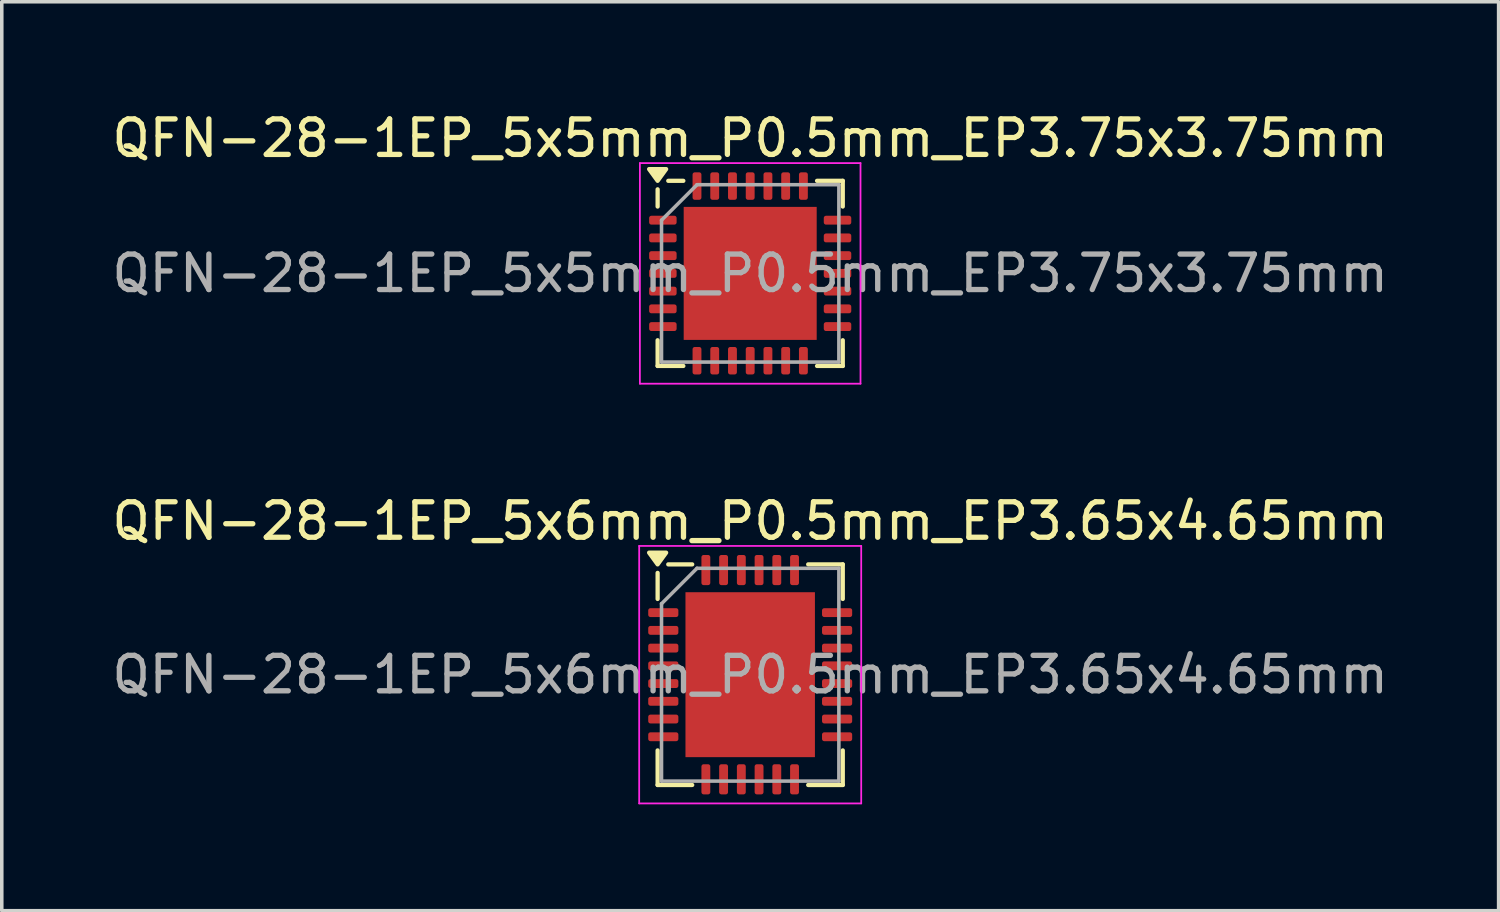
<source format=kicad_pcb>
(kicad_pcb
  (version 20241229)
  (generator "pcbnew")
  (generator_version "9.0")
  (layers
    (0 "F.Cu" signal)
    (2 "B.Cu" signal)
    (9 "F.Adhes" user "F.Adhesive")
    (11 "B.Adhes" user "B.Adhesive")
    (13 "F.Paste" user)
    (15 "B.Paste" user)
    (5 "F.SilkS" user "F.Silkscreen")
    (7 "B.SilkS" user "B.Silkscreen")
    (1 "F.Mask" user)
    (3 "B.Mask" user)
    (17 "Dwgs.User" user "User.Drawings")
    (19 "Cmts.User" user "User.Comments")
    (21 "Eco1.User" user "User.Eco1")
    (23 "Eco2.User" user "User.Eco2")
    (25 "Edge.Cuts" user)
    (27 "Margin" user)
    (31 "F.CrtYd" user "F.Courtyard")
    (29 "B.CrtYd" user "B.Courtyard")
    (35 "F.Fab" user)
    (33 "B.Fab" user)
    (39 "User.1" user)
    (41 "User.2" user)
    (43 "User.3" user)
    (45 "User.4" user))
  (footprint "QFN-28-1EP_5x5mm_P0.5mm_EP3.75x3.75mm"
    (layer "F.Cu")
    (at 18.101 4.658)
    (property "Reference" "QFN-28-1EP_5x5mm_P0.5mm_EP3.75x3.75mm" (at 0 -3.81 0) (layer "F.SilkS") (effects (font (size 1 1) (thickness 0.15))))
    (attr smd)
    (fp_line (start -2.61 -1.885) (end -2.61 -2.37) (stroke (width 0.12) (type solid)) (layer "F.SilkS"))
    (fp_line (start -2.61 2.61) (end -2.61 1.885) (stroke (width 0.12) (type solid)) (layer "F.SilkS"))
    (fp_line (start -1.885 -2.61) (end -2.31 -2.61) (stroke (width 0.12) (type solid)) (layer "F.SilkS"))
    (fp_line (start -1.885 2.61) (end -2.61 2.61) (stroke (width 0.12) (type solid)) (layer "F.SilkS"))
    (fp_line (start 1.885 -2.61) (end 2.61 -2.61) (stroke (width 0.12) (type solid)) (layer "F.SilkS"))
    (fp_line (start 1.885 2.61) (end 2.61 2.61) (stroke (width 0.12) (type solid)) (layer "F.SilkS"))
    (fp_line (start 2.61 -2.61) (end 2.61 -1.885) (stroke (width 0.12) (type solid)) (layer "F.SilkS"))
    (fp_line (start 2.61 2.61) (end 2.61 1.885) (stroke (width 0.12) (type solid)) (layer "F.SilkS"))
    (fp_poly (pts (xy -2.61 -2.61) (xy -2.85 -2.94) (xy -2.37 -2.94) (xy -2.61 -2.61)) (stroke (width 0.12) (type solid)) (fill yes) (layer "F.SilkS"))
    (fp_line (start -3.11 -3.11) (end -3.11 3.11) (stroke (width 0.05) (type solid)) (layer "F.CrtYd"))
    (fp_line (start -3.11 3.11) (end 3.11 3.11) (stroke (width 0.05) (type solid)) (layer "F.CrtYd"))
    (fp_line (start 3.11 -3.11) (end -3.11 -3.11) (stroke (width 0.05) (type solid)) (layer "F.CrtYd"))
    (fp_line (start 3.11 3.11) (end 3.11 -3.11) (stroke (width 0.05) (type solid)) (layer "F.CrtYd"))
    (fp_line (start -2.5 -1.5) (end -1.5 -2.5) (stroke (width 0.1) (type solid)) (layer "F.Fab"))
    (fp_line (start -2.5 2.5) (end -2.5 -1.5) (stroke (width 0.1) (type solid)) (layer "F.Fab"))
    (fp_line (start -1.5 -2.5) (end 2.5 -2.5) (stroke (width 0.1) (type solid)) (layer "F.Fab"))
    (fp_line (start 2.5 -2.5) (end 2.5 2.5) (stroke (width 0.1) (type solid)) (layer "F.Fab"))
    (fp_line (start 2.5 2.5) (end -2.5 2.5) (stroke (width 0.1) (type solid)) (layer "F.Fab"))
    (fp_text user "${REFERENCE}" (at 0 0 0) (layer "F.Fab") (effects (font (size 1 1) (thickness 0.15))))
    (pad "" smd roundrect (at -1.25 -1.25) (size 1.01 1.01) (layers "F.Paste") (roundrect_rratio 0.248))
    (pad "" smd roundrect (at -1.25 0) (size 1.01 1.01) (layers "F.Paste") (roundrect_rratio 0.248))
    (pad "" smd roundrect (at -1.25 1.25) (size 1.01 1.01) (layers "F.Paste") (roundrect_rratio 0.248))
    (pad "" smd roundrect (at 0 -1.25) (size 1.01 1.01) (layers "F.Paste") (roundrect_rratio 0.248))
    (pad "" smd roundrect (at 0 0) (size 1.01 1.01) (layers "F.Paste") (roundrect_rratio 0.248))
    (pad "" smd roundrect (at 0 1.25) (size 1.01 1.01) (layers "F.Paste") (roundrect_rratio 0.248))
    (pad "" smd roundrect (at 1.25 -1.25) (size 1.01 1.01) (layers "F.Paste") (roundrect_rratio 0.248))
    (pad "" smd roundrect (at 1.25 0) (size 1.01 1.01) (layers "F.Paste") (roundrect_rratio 0.248))
    (pad "" smd roundrect (at 1.25 1.25) (size 1.01 1.01) (layers "F.Paste") (roundrect_rratio 0.248))
    (pad "1" smd roundrect (at -2.462 -1.5) (size 0.775 0.25) (layers "F.Cu" "F.Mask" "F.Paste") (roundrect_rratio 0.25))
    (pad "2" smd roundrect (at -2.462 -1) (size 0.775 0.25) (layers "F.Cu" "F.Mask" "F.Paste") (roundrect_rratio 0.25))
    (pad "3" smd roundrect (at -2.462 -0.5) (size 0.775 0.25) (layers "F.Cu" "F.Mask" "F.Paste") (roundrect_rratio 0.25))
    (pad "4" smd roundrect (at -2.462 0) (size 0.775 0.25) (layers "F.Cu" "F.Mask" "F.Paste") (roundrect_rratio 0.25))
    (pad "5" smd roundrect (at -2.462 0.5) (size 0.775 0.25) (layers "F.Cu" "F.Mask" "F.Paste") (roundrect_rratio 0.25))
    (pad "6" smd roundrect (at -2.462 1) (size 0.775 0.25) (layers "F.Cu" "F.Mask" "F.Paste") (roundrect_rratio 0.25))
    (pad "7" smd roundrect (at -2.462 1.5) (size 0.775 0.25) (layers "F.Cu" "F.Mask" "F.Paste") (roundrect_rratio 0.25))
    (pad "8" smd roundrect (at -1.5 2.462) (size 0.25 0.775) (layers "F.Cu" "F.Mask" "F.Paste") (roundrect_rratio 0.25))
    (pad "9" smd roundrect (at -1 2.462) (size 0.25 0.775) (layers "F.Cu" "F.Mask" "F.Paste") (roundrect_rratio 0.25))
    (pad "10" smd roundrect (at -0.5 2.462) (size 0.25 0.775) (layers "F.Cu" "F.Mask" "F.Paste") (roundrect_rratio 0.25))
    (pad "11" smd roundrect (at 0 2.462) (size 0.25 0.775) (layers "F.Cu" "F.Mask" "F.Paste") (roundrect_rratio 0.25))
    (pad "12" smd roundrect (at 0.5 2.462) (size 0.25 0.775) (layers "F.Cu" "F.Mask" "F.Paste") (roundrect_rratio 0.25))
    (pad "13" smd roundrect (at 1 2.462) (size 0.25 0.775) (layers "F.Cu" "F.Mask" "F.Paste") (roundrect_rratio 0.25))
    (pad "14" smd roundrect (at 1.5 2.462) (size 0.25 0.775) (layers "F.Cu" "F.Mask" "F.Paste") (roundrect_rratio 0.25))
    (pad "15" smd roundrect (at 2.462 1.5) (size 0.775 0.25) (layers "F.Cu" "F.Mask" "F.Paste") (roundrect_rratio 0.25))
    (pad "16" smd roundrect (at 2.462 1) (size 0.775 0.25) (layers "F.Cu" "F.Mask" "F.Paste") (roundrect_rratio 0.25))
    (pad "17" smd roundrect (at 2.462 0.5) (size 0.775 0.25) (layers "F.Cu" "F.Mask" "F.Paste") (roundrect_rratio 0.25))
    (pad "18" smd roundrect (at 2.462 0) (size 0.775 0.25) (layers "F.Cu" "F.Mask" "F.Paste") (roundrect_rratio 0.25))
    (pad "19" smd roundrect (at 2.462 -0.5) (size 0.775 0.25) (layers "F.Cu" "F.Mask" "F.Paste") (roundrect_rratio 0.25))
    (pad "20" smd roundrect (at 2.462 -1) (size 0.775 0.25) (layers "F.Cu" "F.Mask" "F.Paste") (roundrect_rratio 0.25))
    (pad "21" smd roundrect (at 2.462 -1.5) (size 0.775 0.25) (layers "F.Cu" "F.Mask" "F.Paste") (roundrect_rratio 0.25))
    (pad "22" smd roundrect (at 1.5 -2.462) (size 0.25 0.775) (layers "F.Cu" "F.Mask" "F.Paste") (roundrect_rratio 0.25))
    (pad "23" smd roundrect (at 1 -2.462) (size 0.25 0.775) (layers "F.Cu" "F.Mask" "F.Paste") (roundrect_rratio 0.25))
    (pad "24" smd roundrect (at 0.5 -2.462) (size 0.25 0.775) (layers "F.Cu" "F.Mask" "F.Paste") (roundrect_rratio 0.25))
    (pad "25" smd roundrect (at 0 -2.462) (size 0.25 0.775) (layers "F.Cu" "F.Mask" "F.Paste") (roundrect_rratio 0.25))
    (pad "26" smd roundrect (at -0.5 -2.462) (size 0.25 0.775) (layers "F.Cu" "F.Mask" "F.Paste") (roundrect_rratio 0.25))
    (pad "27" smd roundrect (at -1 -2.462) (size 0.25 0.775) (layers "F.Cu" "F.Mask" "F.Paste") (roundrect_rratio 0.25))
    (pad "28" smd roundrect (at -1.5 -2.462) (size 0.25 0.775) (layers "F.Cu" "F.Mask" "F.Paste") (roundrect_rratio 0.25))
    (pad "29" smd rect (at 0 0) (size 3.75 3.75) (property pad_prop_heatsink) (layers "F.Cu" "F.Mask")))
  (footprint "QFN-28-1EP_5x6mm_P0.5mm_EP3.65x4.65mm"
    (layer "F.Cu")
    (at 18.101 15.972)
    (property "Reference" "QFN-28-1EP_5x6mm_P0.5mm_EP3.65x4.65mm" (at 0 -4.33 0) (layer "F.SilkS") (effects (font (size 1 1) (thickness 0.15))))
    (attr smd)
    (fp_line (start -2.61 -2.135) (end -2.61 -2.87) (stroke (width 0.12) (type solid)) (layer "F.SilkS"))
    (fp_line (start -2.61 3.11) (end -2.61 2.135) (stroke (width 0.12) (type solid)) (layer "F.SilkS"))
    (fp_line (start -1.635 -3.11) (end -2.31 -3.11) (stroke (width 0.12) (type solid)) (layer "F.SilkS"))
    (fp_line (start -1.635 3.11) (end -2.61 3.11) (stroke (width 0.12) (type solid)) (layer "F.SilkS"))
    (fp_line (start 1.635 -3.11) (end 2.61 -3.11) (stroke (width 0.12) (type solid)) (layer "F.SilkS"))
    (fp_line (start 1.635 3.11) (end 2.61 3.11) (stroke (width 0.12) (type solid)) (layer "F.SilkS"))
    (fp_line (start 2.61 -3.11) (end 2.61 -2.135) (stroke (width 0.12) (type solid)) (layer "F.SilkS"))
    (fp_line (start 2.61 3.11) (end 2.61 2.135) (stroke (width 0.12) (type solid)) (layer "F.SilkS"))
    (fp_poly (pts (xy -2.61 -3.11) (xy -2.85 -3.44) (xy -2.37 -3.44) (xy -2.61 -3.11)) (stroke (width 0.12) (type solid)) (fill yes) (layer "F.SilkS"))
    (fp_line (start -3.13 -3.63) (end -3.13 3.63) (stroke (width 0.05) (type solid)) (layer "F.CrtYd"))
    (fp_line (start -3.13 3.63) (end 3.13 3.63) (stroke (width 0.05) (type solid)) (layer "F.CrtYd"))
    (fp_line (start 3.13 -3.63) (end -3.13 -3.63) (stroke (width 0.05) (type solid)) (layer "F.CrtYd"))
    (fp_line (start 3.13 3.63) (end 3.13 -3.63) (stroke (width 0.05) (type solid)) (layer "F.CrtYd"))
    (fp_line (start -2.5 -2) (end -1.5 -3) (stroke (width 0.1) (type solid)) (layer "F.Fab"))
    (fp_line (start -2.5 3) (end -2.5 -2) (stroke (width 0.1) (type solid)) (layer "F.Fab"))
    (fp_line (start -1.5 -3) (end 2.5 -3) (stroke (width 0.1) (type solid)) (layer "F.Fab"))
    (fp_line (start 2.5 -3) (end 2.5 3) (stroke (width 0.1) (type solid)) (layer "F.Fab"))
    (fp_line (start 2.5 3) (end -2.5 3) (stroke (width 0.1) (type solid)) (layer "F.Fab"))
    (fp_text user "${REFERENCE}" (at 0 0 0) (layer "F.Fab") (effects (font (size 1 1) (thickness 0.15))))
    (pad "" smd roundrect (at -1.22 -1.74) (size 0.98 0.94) (layers "F.Paste") (roundrect_rratio 0.25))
    (pad "" smd roundrect (at -1.22 -0.58) (size 0.98 0.94) (layers "F.Paste") (roundrect_rratio 0.25))
    (pad "" smd roundrect (at -1.22 0.58) (size 0.98 0.94) (layers "F.Paste") (roundrect_rratio 0.25))
    (pad "" smd roundrect (at -1.22 1.74) (size 0.98 0.94) (layers "F.Paste") (roundrect_rratio 0.25))
    (pad "" smd roundrect (at 0 -1.74) (size 0.98 0.94) (layers "F.Paste") (roundrect_rratio 0.25))
    (pad "" smd roundrect (at 0 -0.58) (size 0.98 0.94) (layers "F.Paste") (roundrect_rratio 0.25))
    (pad "" smd roundrect (at 0 0.58) (size 0.98 0.94) (layers "F.Paste") (roundrect_rratio 0.25))
    (pad "" smd roundrect (at 0 1.74) (size 0.98 0.94) (layers "F.Paste") (roundrect_rratio 0.25))
    (pad "" smd roundrect (at 1.22 -1.74) (size 0.98 0.94) (layers "F.Paste") (roundrect_rratio 0.25))
    (pad "" smd roundrect (at 1.22 -0.58) (size 0.98 0.94) (layers "F.Paste") (roundrect_rratio 0.25))
    (pad "" smd roundrect (at 1.22 0.58) (size 0.98 0.94) (layers "F.Paste") (roundrect_rratio 0.25))
    (pad "" smd roundrect (at 1.22 1.74) (size 0.98 0.94) (layers "F.Paste") (roundrect_rratio 0.25))
    (pad "1" smd roundrect (at -2.45 -1.75) (size 0.85 0.25) (layers "F.Cu" "F.Mask" "F.Paste") (roundrect_rratio 0.25))
    (pad "2" smd roundrect (at -2.45 -1.25) (size 0.85 0.25) (layers "F.Cu" "F.Mask" "F.Paste") (roundrect_rratio 0.25))
    (pad "3" smd roundrect (at -2.45 -0.75) (size 0.85 0.25) (layers "F.Cu" "F.Mask" "F.Paste") (roundrect_rratio 0.25))
    (pad "4" smd roundrect (at -2.45 -0.25) (size 0.85 0.25) (layers "F.Cu" "F.Mask" "F.Paste") (roundrect_rratio 0.25))
    (pad "5" smd roundrect (at -2.45 0.25) (size 0.85 0.25) (layers "F.Cu" "F.Mask" "F.Paste") (roundrect_rratio 0.25))
    (pad "6" smd roundrect (at -2.45 0.75) (size 0.85 0.25) (layers "F.Cu" "F.Mask" "F.Paste") (roundrect_rratio 0.25))
    (pad "7" smd roundrect (at -2.45 1.25) (size 0.85 0.25) (layers "F.Cu" "F.Mask" "F.Paste") (roundrect_rratio 0.25))
    (pad "8" smd roundrect (at -2.45 1.75) (size 0.85 0.25) (layers "F.Cu" "F.Mask" "F.Paste") (roundrect_rratio 0.25))
    (pad "9" smd roundrect (at -1.25 2.95) (size 0.25 0.85) (layers "F.Cu" "F.Mask" "F.Paste") (roundrect_rratio 0.25))
    (pad "10" smd roundrect (at -0.75 2.95) (size 0.25 0.85) (layers "F.Cu" "F.Mask" "F.Paste") (roundrect_rratio 0.25))
    (pad "11" smd roundrect (at -0.25 2.95) (size 0.25 0.85) (layers "F.Cu" "F.Mask" "F.Paste") (roundrect_rratio 0.25))
    (pad "12" smd roundrect (at 0.25 2.95) (size 0.25 0.85) (layers "F.Cu" "F.Mask" "F.Paste") (roundrect_rratio 0.25))
    (pad "13" smd roundrect (at 0.75 2.95) (size 0.25 0.85) (layers "F.Cu" "F.Mask" "F.Paste") (roundrect_rratio 0.25))
    (pad "14" smd roundrect (at 1.25 2.95) (size 0.25 0.85) (layers "F.Cu" "F.Mask" "F.Paste") (roundrect_rratio 0.25))
    (pad "15" smd roundrect (at 2.45 1.75) (size 0.85 0.25) (layers "F.Cu" "F.Mask" "F.Paste") (roundrect_rratio 0.25))
    (pad "16" smd roundrect (at 2.45 1.25) (size 0.85 0.25) (layers "F.Cu" "F.Mask" "F.Paste") (roundrect_rratio 0.25))
    (pad "17" smd roundrect (at 2.45 0.75) (size 0.85 0.25) (layers "F.Cu" "F.Mask" "F.Paste") (roundrect_rratio 0.25))
    (pad "18" smd roundrect (at 2.45 0.25) (size 0.85 0.25) (layers "F.Cu" "F.Mask" "F.Paste") (roundrect_rratio 0.25))
    (pad "19" smd roundrect (at 2.45 -0.25) (size 0.85 0.25) (layers "F.Cu" "F.Mask" "F.Paste") (roundrect_rratio 0.25))
    (pad "20" smd roundrect (at 2.45 -0.75) (size 0.85 0.25) (layers "F.Cu" "F.Mask" "F.Paste") (roundrect_rratio 0.25))
    (pad "21" smd roundrect (at 2.45 -1.25) (size 0.85 0.25) (layers "F.Cu" "F.Mask" "F.Paste") (roundrect_rratio 0.25))
    (pad "22" smd roundrect (at 2.45 -1.75) (size 0.85 0.25) (layers "F.Cu" "F.Mask" "F.Paste") (roundrect_rratio 0.25))
    (pad "23" smd roundrect (at 1.25 -2.95) (size 0.25 0.85) (layers "F.Cu" "F.Mask" "F.Paste") (roundrect_rratio 0.25))
    (pad "24" smd roundrect (at 0.75 -2.95) (size 0.25 0.85) (layers "F.Cu" "F.Mask" "F.Paste") (roundrect_rratio 0.25))
    (pad "25" smd roundrect (at 0.25 -2.95) (size 0.25 0.85) (layers "F.Cu" "F.Mask" "F.Paste") (roundrect_rratio 0.25))
    (pad "26" smd roundrect (at -0.25 -2.95) (size 0.25 0.85) (layers "F.Cu" "F.Mask" "F.Paste") (roundrect_rratio 0.25))
    (pad "27" smd roundrect (at -0.75 -2.95) (size 0.25 0.85) (layers "F.Cu" "F.Mask" "F.Paste") (roundrect_rratio 0.25))
    (pad "28" smd roundrect (at -1.25 -2.95) (size 0.25 0.85) (layers "F.Cu" "F.Mask" "F.Paste") (roundrect_rratio 0.25))
    (pad "29" smd rect (at 0 0) (size 3.65 4.65) (property pad_prop_heatsink) (layers "F.Cu" "F.Mask")))
  (gr_rect
    (start -3 -3)
    (end 39.202 22.627)
    (stroke (width 0.1) (type default))
    (fill no)
    (layer "Edge.Cuts")))
</source>
